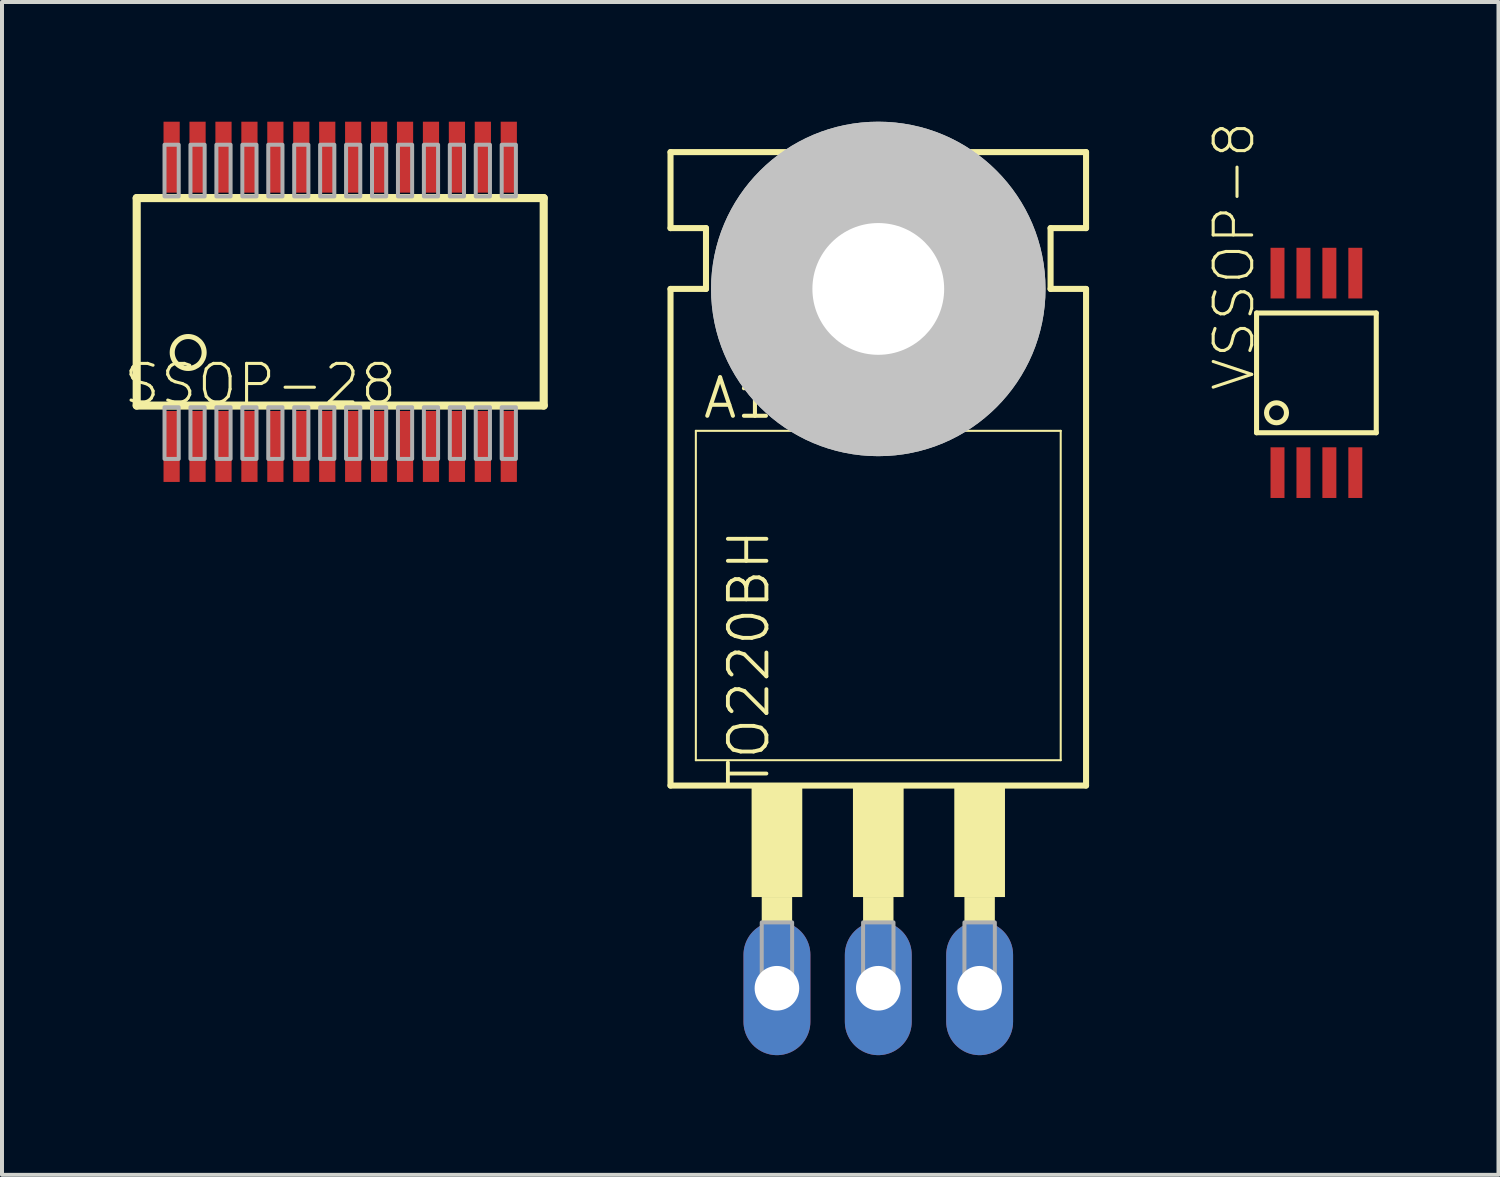
<source format=kicad_pcb>
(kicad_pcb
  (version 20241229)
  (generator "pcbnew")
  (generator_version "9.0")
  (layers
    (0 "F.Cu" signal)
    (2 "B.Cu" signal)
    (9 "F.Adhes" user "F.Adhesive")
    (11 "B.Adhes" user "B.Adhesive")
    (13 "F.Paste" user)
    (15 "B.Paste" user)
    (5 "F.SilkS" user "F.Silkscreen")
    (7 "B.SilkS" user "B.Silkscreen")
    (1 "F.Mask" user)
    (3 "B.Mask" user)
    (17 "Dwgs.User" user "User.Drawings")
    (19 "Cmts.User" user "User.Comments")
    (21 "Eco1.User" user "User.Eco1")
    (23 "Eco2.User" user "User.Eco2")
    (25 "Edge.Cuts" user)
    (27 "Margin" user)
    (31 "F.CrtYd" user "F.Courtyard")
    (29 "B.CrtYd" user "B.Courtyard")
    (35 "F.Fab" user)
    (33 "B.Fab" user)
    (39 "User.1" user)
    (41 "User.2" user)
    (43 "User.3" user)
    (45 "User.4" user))
  (footprint "VSSOP-8"
    (layer "F.Cu")
    (at 29.941 6.295)
    (property "Reference" "VSSOP-8" (at -1.5 0.5 90) (layer "F.SilkS") (effects (font (size 0.965 0.965) (thickness 0.077)) (justify left bottom)))
    (attr through_hole)
    (fp_line (start -1.5 -1.5) (end 1.5 -1.5) (stroke (width 0.127) (type solid)) (layer "F.SilkS"))
    (fp_line (start -1.5 1.5) (end -1.5 -1.5) (stroke (width 0.127) (type solid)) (layer "F.SilkS"))
    (fp_line (start 1.5 -1.5) (end 1.5 1.5) (stroke (width 0.127) (type solid)) (layer "F.SilkS"))
    (fp_line (start 1.5 1.5) (end -1.5 1.5) (stroke (width 0.127) (type solid)) (layer "F.SilkS"))
    (fp_circle (center -1 1) (end -0.75 1) (stroke (width 0.127) (type solid)) (fill no) (layer "F.SilkS"))
    (pad "P1" smd rect (at -0.975 2.5 90) (size 1.27 0.35) (layers "F.Cu" "F.Mask" "F.Paste"))
    (pad "P2" smd rect (at -0.325 2.5 90) (size 1.27 0.35) (layers "F.Cu" "F.Mask" "F.Paste"))
    (pad "P3" smd rect (at 0.325 2.5 90) (size 1.27 0.35) (layers "F.Cu" "F.Mask" "F.Paste"))
    (pad "P4" smd rect (at 0.975 2.5 90) (size 1.27 0.35) (layers "F.Cu" "F.Mask" "F.Paste"))
    (pad "P5" smd rect (at 0.975 -2.5 90) (size 1.27 0.35) (layers "F.Cu" "F.Mask" "F.Paste"))
    (pad "P6" smd rect (at 0.325 -2.5 90) (size 1.27 0.35) (layers "F.Cu" "F.Mask" "F.Paste"))
    (pad "P7" smd rect (at -0.325 -2.5 90) (size 1.27 0.35) (layers "F.Cu" "F.Mask" "F.Paste"))
    (pad "P8" smd rect (at -0.975 -2.5 90) (size 1.27 0.35) (layers "F.Cu" "F.Mask" "F.Paste")))
  (footprint "SSOP-28"
    (layer "F.Cu")
    (at 5.476 4.514)
    (property "Reference" "SSOP-28" (at -5.476 2.63 0) (layer "F.SilkS") (effects (font (size 0.965 0.965) (thickness 0.077)) (justify left bottom)))
    (attr through_hole)
    (fp_line (start -5.1 2.6) (end -5.1 -2.6) (stroke (width 0.203) (type solid)) (layer "F.SilkS"))
    (fp_line (start -5.1 2.6) (end 5.1 2.6) (stroke (width 0.203) (type solid)) (layer "F.SilkS"))
    (fp_line (start 5.1 -2.6) (end -5.1 -2.6) (stroke (width 0.203) (type solid)) (layer "F.SilkS"))
    (fp_line (start 5.1 2.6) (end 5.1 -2.6) (stroke (width 0.203) (type solid)) (layer "F.SilkS"))
    (fp_circle (center -3.81 1.27) (end -3.41 1.27) (stroke (width 0.127) (type solid)) (fill no) (layer "F.SilkS"))
    (fp_poly (pts (xy -4.403 -2.642) (xy -4.047 -2.642) (xy -4.047 -3.937) (xy -4.403 -3.937)) (stroke (width 0.1) (type solid)) (fill no) (layer "F.Fab"))
    (fp_poly (pts (xy -4.403 3.937) (xy -4.047 3.937) (xy -4.047 2.642) (xy -4.403 2.642)) (stroke (width 0.1) (type solid)) (fill no) (layer "F.Fab"))
    (fp_poly (pts (xy -3.753 -2.642) (xy -3.397 -2.642) (xy -3.397 -3.937) (xy -3.753 -3.937)) (stroke (width 0.1) (type solid)) (fill no) (layer "F.Fab"))
    (fp_poly (pts (xy -3.753 3.937) (xy -3.397 3.937) (xy -3.397 2.642) (xy -3.753 2.642)) (stroke (width 0.1) (type solid)) (fill no) (layer "F.Fab"))
    (fp_poly (pts (xy -3.103 -2.642) (xy -2.747 -2.642) (xy -2.747 -3.937) (xy -3.103 -3.937)) (stroke (width 0.1) (type solid)) (fill no) (layer "F.Fab"))
    (fp_poly (pts (xy -3.103 3.937) (xy -2.747 3.937) (xy -2.747 2.642) (xy -3.103 2.642)) (stroke (width 0.1) (type solid)) (fill no) (layer "F.Fab"))
    (fp_poly (pts (xy -2.453 -2.642) (xy -2.097 -2.642) (xy -2.097 -3.937) (xy -2.453 -3.937)) (stroke (width 0.1) (type solid)) (fill no) (layer "F.Fab"))
    (fp_poly (pts (xy -2.453 3.937) (xy -2.097 3.937) (xy -2.097 2.642) (xy -2.453 2.642)) (stroke (width 0.1) (type solid)) (fill no) (layer "F.Fab"))
    (fp_poly (pts (xy -1.803 -2.642) (xy -1.447 -2.642) (xy -1.447 -3.937) (xy -1.803 -3.937)) (stroke (width 0.1) (type solid)) (fill no) (layer "F.Fab"))
    (fp_poly (pts (xy -1.803 3.937) (xy -1.447 3.937) (xy -1.447 2.642) (xy -1.803 2.642)) (stroke (width 0.1) (type solid)) (fill no) (layer "F.Fab"))
    (fp_poly (pts (xy -1.153 -2.642) (xy -0.797 -2.642) (xy -0.797 -3.937) (xy -1.153 -3.937)) (stroke (width 0.1) (type solid)) (fill no) (layer "F.Fab"))
    (fp_poly (pts (xy -1.153 3.937) (xy -0.797 3.937) (xy -0.797 2.642) (xy -1.153 2.642)) (stroke (width 0.1) (type solid)) (fill no) (layer "F.Fab"))
    (fp_poly (pts (xy -0.503 -2.642) (xy -0.147 -2.642) (xy -0.147 -3.937) (xy -0.503 -3.937)) (stroke (width 0.1) (type solid)) (fill no) (layer "F.Fab"))
    (fp_poly (pts (xy -0.503 3.937) (xy -0.147 3.937) (xy -0.147 2.642) (xy -0.503 2.642)) (stroke (width 0.1) (type solid)) (fill no) (layer "F.Fab"))
    (fp_poly (pts (xy 0.147 -2.642) (xy 0.503 -2.642) (xy 0.503 -3.937) (xy 0.147 -3.937)) (stroke (width 0.1) (type solid)) (fill no) (layer "F.Fab"))
    (fp_poly (pts (xy 0.147 3.937) (xy 0.503 3.937) (xy 0.503 2.642) (xy 0.147 2.642)) (stroke (width 0.1) (type solid)) (fill no) (layer "F.Fab"))
    (fp_poly (pts (xy 0.797 -2.642) (xy 1.153 -2.642) (xy 1.153 -3.937) (xy 0.797 -3.937)) (stroke (width 0.1) (type solid)) (fill no) (layer "F.Fab"))
    (fp_poly (pts (xy 0.797 3.937) (xy 1.153 3.937) (xy 1.153 2.642) (xy 0.797 2.642)) (stroke (width 0.1) (type solid)) (fill no) (layer "F.Fab"))
    (fp_poly (pts (xy 1.447 -2.642) (xy 1.803 -2.642) (xy 1.803 -3.937) (xy 1.447 -3.937)) (stroke (width 0.1) (type solid)) (fill no) (layer "F.Fab"))
    (fp_poly (pts (xy 1.447 3.937) (xy 1.803 3.937) (xy 1.803 2.642) (xy 1.447 2.642)) (stroke (width 0.1) (type solid)) (fill no) (layer "F.Fab"))
    (fp_poly (pts (xy 2.097 -2.642) (xy 2.453 -2.642) (xy 2.453 -3.937) (xy 2.097 -3.937)) (stroke (width 0.1) (type solid)) (fill no) (layer "F.Fab"))
    (fp_poly (pts (xy 2.097 3.937) (xy 2.453 3.937) (xy 2.453 2.642) (xy 2.097 2.642)) (stroke (width 0.1) (type solid)) (fill no) (layer "F.Fab"))
    (fp_poly (pts (xy 2.747 -2.642) (xy 3.103 -2.642) (xy 3.103 -3.937) (xy 2.747 -3.937)) (stroke (width 0.1) (type solid)) (fill no) (layer "F.Fab"))
    (fp_poly (pts (xy 2.747 3.937) (xy 3.103 3.937) (xy 3.103 2.642) (xy 2.747 2.642)) (stroke (width 0.1) (type solid)) (fill no) (layer "F.Fab"))
    (fp_poly (pts (xy 3.397 -2.642) (xy 3.753 -2.642) (xy 3.753 -3.937) (xy 3.397 -3.937)) (stroke (width 0.1) (type solid)) (fill no) (layer "F.Fab"))
    (fp_poly (pts (xy 3.397 3.937) (xy 3.753 3.937) (xy 3.753 2.642) (xy 3.397 2.642)) (stroke (width 0.1) (type solid)) (fill no) (layer "F.Fab"))
    (fp_poly (pts (xy 4.047 -2.642) (xy 4.403 -2.642) (xy 4.403 -3.937) (xy 4.047 -3.937)) (stroke (width 0.1) (type solid)) (fill no) (layer "F.Fab"))
    (fp_poly (pts (xy 4.047 3.937) (xy 4.403 3.937) (xy 4.403 2.642) (xy 4.047 2.642)) (stroke (width 0.1) (type solid)) (fill no) (layer "F.Fab"))
    (pad "1" smd rect (at -4.225 3.625) (size 0.406 1.778) (layers "F.Cu" "F.Mask" "F.Paste"))
    (pad "2" smd rect (at -3.575 3.625) (size 0.406 1.778) (layers "F.Cu" "F.Mask" "F.Paste"))
    (pad "3" smd rect (at -2.925 3.625) (size 0.406 1.778) (layers "F.Cu" "F.Mask" "F.Paste"))
    (pad "4" smd rect (at -2.275 3.625) (size 0.406 1.778) (layers "F.Cu" "F.Mask" "F.Paste"))
    (pad "5" smd rect (at -1.625 3.625) (size 0.406 1.778) (layers "F.Cu" "F.Mask" "F.Paste"))
    (pad "6" smd rect (at -0.975 3.625) (size 0.406 1.778) (layers "F.Cu" "F.Mask" "F.Paste"))
    (pad "7" smd rect (at -0.325 3.625) (size 0.406 1.778) (layers "F.Cu" "F.Mask" "F.Paste"))
    (pad "8" smd rect (at 0.325 3.625) (size 0.406 1.778) (layers "F.Cu" "F.Mask" "F.Paste"))
    (pad "9" smd rect (at 0.975 3.625) (size 0.406 1.778) (layers "F.Cu" "F.Mask" "F.Paste"))
    (pad "10" smd rect (at 1.625 3.625) (size 0.406 1.778) (layers "F.Cu" "F.Mask" "F.Paste"))
    (pad "11" smd rect (at 2.275 3.625) (size 0.406 1.778) (layers "F.Cu" "F.Mask" "F.Paste"))
    (pad "12" smd rect (at 2.925 3.625) (size 0.406 1.778) (layers "F.Cu" "F.Mask" "F.Paste"))
    (pad "13" smd rect (at 3.575 3.625) (size 0.406 1.778) (layers "F.Cu" "F.Mask" "F.Paste"))
    (pad "14" smd rect (at 4.225 3.625) (size 0.406 1.778) (layers "F.Cu" "F.Mask" "F.Paste"))
    (pad "15" smd rect (at 4.225 -3.625) (size 0.406 1.778) (layers "F.Cu" "F.Mask" "F.Paste"))
    (pad "16" smd rect (at 3.575 -3.625) (size 0.406 1.778) (layers "F.Cu" "F.Mask" "F.Paste"))
    (pad "17" smd rect (at 2.925 -3.625) (size 0.406 1.778) (layers "F.Cu" "F.Mask" "F.Paste"))
    (pad "18" smd rect (at 2.275 -3.625) (size 0.406 1.778) (layers "F.Cu" "F.Mask" "F.Paste"))
    (pad "19" smd rect (at 1.625 -3.625) (size 0.406 1.778) (layers "F.Cu" "F.Mask" "F.Paste"))
    (pad "20" smd rect (at 0.975 -3.625) (size 0.406 1.778) (layers "F.Cu" "F.Mask" "F.Paste"))
    (pad "21" smd rect (at 0.325 -3.625) (size 0.406 1.778) (layers "F.Cu" "F.Mask" "F.Paste"))
    (pad "22" smd rect (at -0.325 -3.625) (size 0.406 1.778) (layers "F.Cu" "F.Mask" "F.Paste"))
    (pad "23" smd rect (at -0.975 -3.625) (size 0.406 1.778) (layers "F.Cu" "F.Mask" "F.Paste"))
    (pad "24" smd rect (at -1.625 -3.625) (size 0.406 1.778) (layers "F.Cu" "F.Mask" "F.Paste"))
    (pad "25" smd rect (at -2.275 -3.625) (size 0.406 1.778) (layers "F.Cu" "F.Mask" "F.Paste"))
    (pad "26" smd rect (at -2.925 -3.625) (size 0.406 1.778) (layers "F.Cu" "F.Mask" "F.Paste"))
    (pad "27" smd rect (at -3.575 -3.625) (size 0.406 1.778) (layers "F.Cu" "F.Mask" "F.Paste"))
    (pad "28" smd rect (at -4.225 -3.625) (size 0.406 1.778) (layers "F.Cu" "F.Mask" "F.Paste")))
  (footprint "TO220BH"
    (layer "F.Cu")
    (at 18.961 11.557)
    (property "Reference" "TO220BH" (at -3.81 -1.397 270) (layer "F.SilkS") (effects (font (size 0.965 0.965) (thickness 0.097)) (justify right top)))
    (attr through_hole)
    (fp_line (start -5.207 -8.89) (end -5.207 -10.795) (stroke (width 0.152) (type solid)) (layer "F.SilkS"))
    (fp_line (start -5.207 -7.366) (end -4.318 -7.366) (stroke (width 0.152) (type solid)) (layer "F.SilkS"))
    (fp_line (start -5.207 5.08) (end -5.207 -7.366) (stroke (width 0.152) (type solid)) (layer "F.SilkS"))
    (fp_line (start -5.207 5.08) (end 5.207 5.08) (stroke (width 0.152) (type solid)) (layer "F.SilkS"))
    (fp_line (start -4.572 4.445) (end -4.572 -3.81) (stroke (width 0.051) (type solid)) (layer "F.SilkS"))
    (fp_line (start -4.572 4.445) (end 4.572 4.445) (stroke (width 0.051) (type solid)) (layer "F.SilkS"))
    (fp_line (start -4.318 -8.89) (end -5.207 -8.89) (stroke (width 0.152) (type solid)) (layer "F.SilkS"))
    (fp_line (start -4.318 -7.366) (end -4.318 -8.89) (stroke (width 0.152) (type solid)) (layer "F.SilkS"))
    (fp_line (start 4.318 -8.89) (end 5.207 -8.89) (stroke (width 0.152) (type solid)) (layer "F.SilkS"))
    (fp_line (start 4.318 -7.366) (end 4.318 -8.89) (stroke (width 0.152) (type solid)) (layer "F.SilkS"))
    (fp_line (start 4.572 -3.81) (end -4.572 -3.81) (stroke (width 0.051) (type solid)) (layer "F.SilkS"))
    (fp_line (start 4.572 -3.81) (end 4.572 4.445) (stroke (width 0.051) (type solid)) (layer "F.SilkS"))
    (fp_line (start 5.207 -10.795) (end -5.207 -10.795) (stroke (width 0.152) (type solid)) (layer "F.SilkS"))
    (fp_line (start 5.207 -8.89) (end 5.207 -10.795) (stroke (width 0.152) (type solid)) (layer "F.SilkS"))
    (fp_line (start 5.207 -7.366) (end 4.318 -7.366) (stroke (width 0.152) (type solid)) (layer "F.SilkS"))
    (fp_line (start 5.207 5.08) (end 5.207 -7.366) (stroke (width 0.152) (type solid)) (layer "F.SilkS"))
    (fp_circle (center 0 -7.366) (end 1.803 -7.366) (stroke (width 0.152) (type solid)) (fill no) (layer "F.SilkS"))
    (fp_poly (pts (xy -3.175 7.874) (xy -1.905 7.874) (xy -1.905 5.08) (xy -3.175 5.08)) (stroke (width 0) (type solid)) (fill yes) (layer "F.SilkS"))
    (fp_poly (pts (xy -2.921 8.509) (xy -2.159 8.509) (xy -2.159 7.874) (xy -2.921 7.874)) (stroke (width 0) (type solid)) (fill yes) (layer "F.SilkS"))
    (fp_poly (pts (xy -0.635 7.874) (xy 0.635 7.874) (xy 0.635 5.08) (xy -0.635 5.08)) (stroke (width 0) (type solid)) (fill yes) (layer "F.SilkS"))
    (fp_poly (pts (xy -0.381 8.509) (xy 0.381 8.509) (xy 0.381 7.874) (xy -0.381 7.874)) (stroke (width 0) (type solid)) (fill yes) (layer "F.SilkS"))
    (fp_poly (pts (xy 1.905 7.874) (xy 3.175 7.874) (xy 3.175 5.08) (xy 1.905 5.08)) (stroke (width 0) (type solid)) (fill yes) (layer "F.SilkS"))
    (fp_poly (pts (xy 2.159 8.509) (xy 2.921 8.509) (xy 2.921 7.874) (xy 2.159 7.874)) (stroke (width 0) (type solid)) (fill yes) (layer "F.SilkS"))
    (fp_circle (center 0 -7.366) (end 4.191 -7.366) (stroke (width 0) (type solid)) (fill yes) (layer "Dwgs.User"))
    (fp_circle (center 0 -7.366) (end 4.191 -7.366) (stroke (width 0) (type solid)) (fill yes) (layer "Dwgs.User"))
    (fp_poly (pts (xy -2.921 10.414) (xy -2.159 10.414) (xy -2.159 8.509) (xy -2.921 8.509)) (stroke (width 0.1) (type solid)) (fill no) (layer "F.Fab"))
    (fp_poly (pts (xy -0.381 10.414) (xy 0.381 10.414) (xy 0.381 8.509) (xy -0.381 8.509)) (stroke (width 0.1) (type solid)) (fill no) (layer "F.Fab"))
    (fp_poly (pts (xy 2.159 10.414) (xy 2.921 10.414) (xy 2.921 8.509) (xy 2.159 8.509)) (stroke (width 0.1) (type solid)) (fill no) (layer "F.Fab"))
    (fp_text user "A17,5mm" (at -4.445 -4.064 0) (layer "F.SilkS") (effects (font (size 0.965 0.965) (thickness 0.102)) (justify left bottom)))
    (pad "" np_thru_hole circle (at 0 -7.366) (size 3.302 3.302) (drill 3.302) (layers "*.Cu"))
    (pad "D" thru_hole oval (at 0 10.16 90) (size 3.353 1.676) (drill 1.118) (layers "*.Cu" "*.Mask"))
    (pad "G" thru_hole oval (at -2.54 10.16 90) (size 3.353 1.676) (drill 1.118) (layers "*.Cu" "*.Mask"))
    (pad "S" thru_hole oval (at 2.54 10.16 90) (size 3.353 1.676) (drill 1.118) (layers "*.Cu" "*.Mask")))
  (gr_rect
    (start -3 -3)
    (end 34.504 26.393)
    (stroke (width 0.1) (type default))
    (fill no)
    (layer "Edge.Cuts")))
</source>
